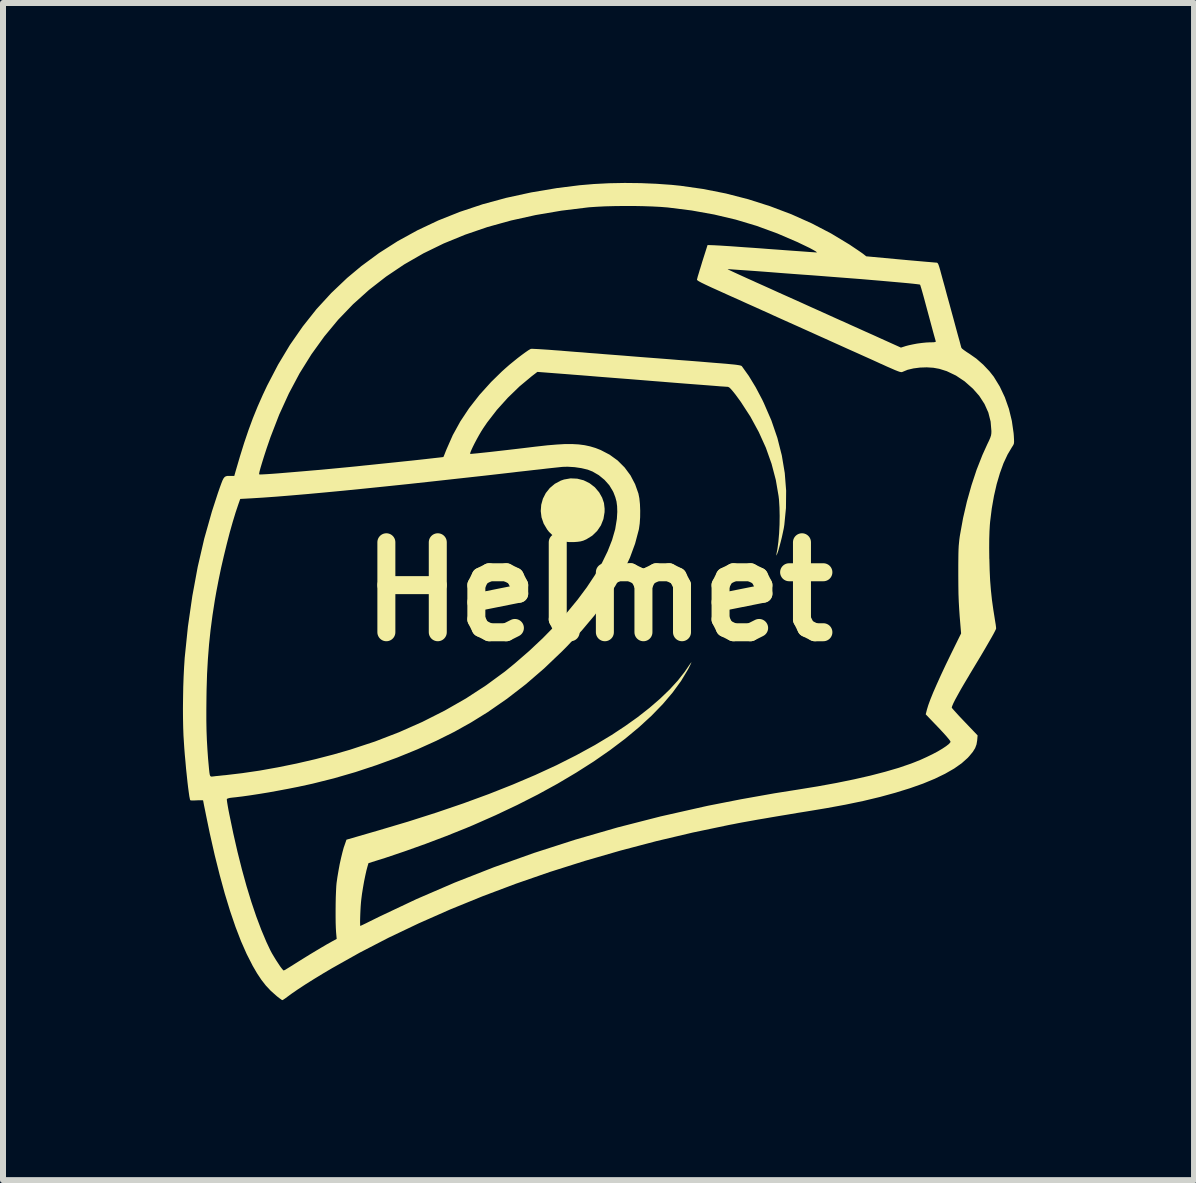
<source format=kicad_pcb>
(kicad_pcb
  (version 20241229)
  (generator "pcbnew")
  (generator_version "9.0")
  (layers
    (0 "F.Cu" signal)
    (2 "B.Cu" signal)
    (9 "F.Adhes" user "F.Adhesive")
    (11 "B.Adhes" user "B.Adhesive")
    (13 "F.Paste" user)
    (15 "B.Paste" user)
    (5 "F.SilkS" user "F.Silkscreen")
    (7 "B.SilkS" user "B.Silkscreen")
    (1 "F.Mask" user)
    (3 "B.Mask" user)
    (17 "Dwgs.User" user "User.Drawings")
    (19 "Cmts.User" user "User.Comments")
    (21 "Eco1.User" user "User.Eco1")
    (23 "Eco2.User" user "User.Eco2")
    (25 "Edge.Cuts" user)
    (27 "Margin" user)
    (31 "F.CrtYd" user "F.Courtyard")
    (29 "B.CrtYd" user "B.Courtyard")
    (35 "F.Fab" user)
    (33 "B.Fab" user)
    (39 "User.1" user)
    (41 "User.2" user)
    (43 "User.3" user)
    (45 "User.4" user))
  (footprint "Helmet"
    (layer "F.Cu")
    (at 6.927 6.812)
    (property "Reference" "Helmet" (at 0 0 0) (layer "F.SilkS") (effects (font (size 1.5 1.5) (thickness 0.3))))
    (attr board_only exclude_from_pos_files exclude_from_bom)
    (fp_poly (pts (xy -0.354 -1.882) (xy -0.247 -1.855) (xy -0.148 -1.806) (xy -0.06 -1.738) (xy 0.012 -1.653) (xy 0.062 -1.564) (xy 0.092 -1.476) (xy 0.103 -1.38) (xy 0.102 -1.323) (xy 0.083 -1.209) (xy 0.041 -1.103) (xy -0.022 -1.01) (xy -0.104 -0.931) (xy -0.203 -0.87) (xy -0.206 -0.869) (xy -0.254 -0.848) (xy -0.299 -0.836) (xy -0.35 -0.829) (xy -0.408 -0.825) (xy -0.489 -0.825) (xy -0.552 -0.831) (xy -0.58 -0.838) (xy -0.676 -0.877) (xy -0.755 -0.928) (xy -0.824 -0.995) (xy -0.854 -1.033) (xy -0.913 -1.132) (xy -0.949 -1.236) (xy -0.962 -1.342) (xy -0.954 -1.447) (xy -0.926 -1.548) (xy -0.878 -1.642) (xy -0.811 -1.726) (xy -0.728 -1.796) (xy -0.629 -1.849) (xy -0.574 -1.868) (xy -0.465 -1.887)) (stroke (width 0) (type solid)) (fill yes) (layer "F.SilkS"))
    (fp_poly (pts (xy 0.705 -6.809) (xy 0.968 -6.798) (xy 1.222 -6.78) (xy 1.368 -6.765) (xy 1.748 -6.711) (xy 2.126 -6.636) (xy 2.498 -6.54) (xy 2.862 -6.424) (xy 3.216 -6.29) (xy 3.556 -6.138) (xy 3.88 -5.969) (xy 4.185 -5.785) (xy 4.21 -5.768) (xy 4.271 -5.727) (xy 4.329 -5.688) (xy 4.377 -5.655) (xy 4.411 -5.631) (xy 4.417 -5.626) (xy 4.464 -5.589) (xy 5.035 -5.536) (xy 5.155 -5.525) (xy 5.268 -5.515) (xy 5.37 -5.506) (xy 5.46 -5.498) (xy 5.534 -5.492) (xy 5.59 -5.487) (xy 5.625 -5.484) (xy 5.634 -5.484) (xy 5.647 -5.481) (xy 5.658 -5.471) (xy 5.669 -5.449) (xy 5.682 -5.411) (xy 5.699 -5.353) (xy 5.703 -5.337) (xy 5.738 -5.208) (xy 5.775 -5.075) (xy 5.811 -4.94) (xy 5.848 -4.807) (xy 5.883 -4.678) (xy 5.917 -4.554) (xy 5.948 -4.439) (xy 5.976 -4.335) (xy 6.001 -4.244) (xy 6.022 -4.169) (xy 6.037 -4.112) (xy 6.047 -4.076) (xy 6.051 -4.063) (xy 6.064 -4.048) (xy 6.095 -4.024) (xy 6.139 -3.993) (xy 6.183 -3.965) (xy 6.3 -3.883) (xy 6.415 -3.782) (xy 6.519 -3.672) (xy 6.59 -3.582) (xy 6.69 -3.419) (xy 6.775 -3.239) (xy 6.843 -3.046) (xy 6.892 -2.845) (xy 6.921 -2.642) (xy 6.925 -2.594) (xy 6.928 -2.535) (xy 6.929 -2.495) (xy 6.926 -2.467) (xy 6.917 -2.444) (xy 6.902 -2.42) (xy 6.894 -2.408) (xy 6.821 -2.285) (xy 6.753 -2.14) (xy 6.693 -1.974) (xy 6.639 -1.791) (xy 6.594 -1.594) (xy 6.557 -1.384) (xy 6.53 -1.166) (xy 6.525 -1.109) (xy 6.519 -1.005) (xy 6.515 -0.876) (xy 6.514 -0.723) (xy 6.516 -0.548) (xy 6.517 -0.543) (xy 6.522 -0.353) (xy 6.53 -0.182) (xy 6.543 -0.021) (xy 6.56 0.138) (xy 6.583 0.302) (xy 6.604 0.434) (xy 6.614 0.497) (xy 6.623 0.552) (xy 6.628 0.593) (xy 6.63 0.614) (xy 6.625 0.63) (xy 6.61 0.661) (xy 6.585 0.709) (xy 6.549 0.773) (xy 6.501 0.856) (xy 6.442 0.958) (xy 6.37 1.08) (xy 6.285 1.221) (xy 6.187 1.384) (xy 6.174 1.407) (xy 6.104 1.524) (xy 6.042 1.63) (xy 5.99 1.724) (xy 5.947 1.802) (xy 5.916 1.864) (xy 5.897 1.909) (xy 5.89 1.933) (xy 5.89 1.935) (xy 5.9 1.949) (xy 5.925 1.978) (xy 5.964 2.021) (xy 6.012 2.074) (xy 6.069 2.134) (xy 6.108 2.175) (xy 6.321 2.398) (xy 6.314 2.481) (xy 6.303 2.548) (xy 6.28 2.61) (xy 6.241 2.673) (xy 6.183 2.743) (xy 6.156 2.773) (xy 6.055 2.863) (xy 5.93 2.951) (xy 5.78 3.037) (xy 5.607 3.121) (xy 5.411 3.202) (xy 5.193 3.279) (xy 4.954 3.353) (xy 4.695 3.424) (xy 4.416 3.491) (xy 4.118 3.553) (xy 3.802 3.611) (xy 3.712 3.626) (xy 3.502 3.661) (xy 3.315 3.691) (xy 3.15 3.719) (xy 3.004 3.743) (xy 2.874 3.765) (xy 2.759 3.785) (xy 2.657 3.802) (xy 2.564 3.819) (xy 2.48 3.834) (xy 2.401 3.848) (xy 2.326 3.862) (xy 2.252 3.877) (xy 2.182 3.89) (xy 1.571 4.018) (xy 0.965 4.161) (xy 0.365 4.319) (xy -0.226 4.49) (xy -0.808 4.674) (xy -1.377 4.871) (xy -1.932 5.08) (xy -2.472 5.3) (xy -2.995 5.531) (xy -3.499 5.771) (xy -3.982 6.021) (xy -4.443 6.28) (xy -4.577 6.359) (xy -4.738 6.457) (xy -4.883 6.548) (xy -5.008 6.63) (xy -5.114 6.703) (xy -5.186 6.756) (xy -5.224 6.784) (xy -5.254 6.804) (xy -5.271 6.812) (xy -5.271 6.812) (xy -5.285 6.804) (xy -5.314 6.783) (xy -5.353 6.753) (xy -5.373 6.736) (xy -5.463 6.656) (xy -5.543 6.571) (xy -5.618 6.475) (xy -5.692 6.364) (xy -5.768 6.233) (xy -5.769 6.23) (xy -5.865 6.042) (xy -5.959 5.829) (xy -6.051 5.59) (xy -6.141 5.326) (xy -6.229 5.038) (xy -6.314 4.727) (xy -6.398 4.392) (xy -6.479 4.034) (xy -6.525 3.812) (xy -6.543 3.724) (xy -6.559 3.644) (xy -6.573 3.577) (xy -6.583 3.525) (xy -6.589 3.492) (xy -6.591 3.482) (xy -6.603 3.479) (xy -6.635 3.479) (xy -6.68 3.48) (xy -6.695 3.481) (xy -6.745 3.483) (xy -6.783 3.483) (xy -6.804 3.479) (xy -6.806 3.478) (xy -6.812 3.458) (xy -6.195 3.458) (xy -6.195 3.475) (xy -6.19 3.514) (xy -6.181 3.569) (xy -6.169 3.637) (xy -6.154 3.713) (xy -6.154 3.713) (xy -6.088 4.031) (xy -6.018 4.338) (xy -5.944 4.632) (xy -5.867 4.911) (xy -5.787 5.173) (xy -5.705 5.416) (xy -5.621 5.639) (xy -5.537 5.839) (xy -5.471 5.979) (xy -5.444 6.03) (xy -5.41 6.087) (xy -5.374 6.146) (xy -5.337 6.202) (xy -5.304 6.252) (xy -5.275 6.29) (xy -5.255 6.313) (xy -5.248 6.317) (xy -5.232 6.311) (xy -5.2 6.292) (xy -5.154 6.264) (xy -5.099 6.23) (xy -5.076 6.215) (xy -4.998 6.166) (xy -4.908 6.11) (xy -4.811 6.05) (xy -4.713 5.991) (xy -4.619 5.935) (xy -4.534 5.885) (xy -4.464 5.846) (xy -4.445 5.835) (xy -4.364 5.791) (xy -4.374 5.68) (xy -4.378 5.61) (xy -4.381 5.522) (xy -4.382 5.42) (xy -4.382 5.312) (xy -4.381 5.201) (xy -4.379 5.094) (xy -4.375 4.997) (xy -4.371 4.915) (xy -4.366 4.859) (xy -4.352 4.761) (xy -4.334 4.654) (xy -4.314 4.545) (xy -4.291 4.441) (xy -4.268 4.347) (xy -4.247 4.269) (xy -4.237 4.241) (xy -4.201 4.137) (xy -3.67 3.983) (xy -3.172 3.835) (xy -2.699 3.684) (xy -2.251 3.531) (xy -1.828 3.376) (xy -1.429 3.218) (xy -1.053 3.058) (xy -0.699 2.895) (xy -0.368 2.728) (xy -0.059 2.559) (xy 0.217 2.393) (xy 0.443 2.244) (xy 0.655 2.093) (xy 0.851 1.939) (xy 1.028 1.786) (xy 1.187 1.633) (xy 1.324 1.483) (xy 1.438 1.338) (xy 1.474 1.285) (xy 1.505 1.239) (xy 1.53 1.204) (xy 1.545 1.184) (xy 1.55 1.181) (xy 1.544 1.196) (xy 1.528 1.229) (xy 1.506 1.274) (xy 1.491 1.302) (xy 1.377 1.491) (xy 1.237 1.683) (xy 1.074 1.875) (xy 0.887 2.068) (xy 0.677 2.261) (xy 0.446 2.453) (xy 0.193 2.644) (xy -0.079 2.833) (xy -0.371 3.019) (xy -0.681 3.203) (xy -1.009 3.383) (xy -1.354 3.558) (xy -1.715 3.729) (xy -2.091 3.895) (xy -2.213 3.946) (xy -2.545 4.079) (xy -2.886 4.208) (xy -3.228 4.33) (xy -3.56 4.442) (xy -3.672 4.477) (xy -3.834 4.528) (xy -3.851 4.586) (xy -3.869 4.653) (xy -3.888 4.739) (xy -3.908 4.837) (xy -3.926 4.94) (xy -3.942 5.04) (xy -3.953 5.126) (xy -3.959 5.183) (xy -3.964 5.248) (xy -3.968 5.319) (xy -3.971 5.389) (xy -3.973 5.454) (xy -3.974 5.51) (xy -3.973 5.551) (xy -3.971 5.573) (xy -3.969 5.575) (xy -3.957 5.569) (xy -3.925 5.554) (xy -3.875 5.53) (xy -3.811 5.498) (xy -3.736 5.461) (xy -3.653 5.42) (xy -3.647 5.417) (xy -3.031 5.126) (xy -2.396 4.852) (xy -1.743 4.596) (xy -1.072 4.357) (xy -0.385 4.136) (xy 0.317 3.933) (xy 1.035 3.749) (xy 1.766 3.584) (xy 1.83 3.57) (xy 2.375 3.463) (xy 2.931 3.364) (xy 3.322 3.302) (xy 3.654 3.248) (xy 3.967 3.191) (xy 4.26 3.131) (xy 4.532 3.069) (xy 4.782 3.004) (xy 5.008 2.938) (xy 5.209 2.869) (xy 5.266 2.847) (xy 5.37 2.805) (xy 5.471 2.759) (xy 5.568 2.712) (xy 5.657 2.665) (xy 5.734 2.619) (xy 5.797 2.577) (xy 5.843 2.541) (xy 5.868 2.511) (xy 5.87 2.507) (xy 5.864 2.491) (xy 5.839 2.458) (xy 5.798 2.409) (xy 5.741 2.346) (xy 5.669 2.269) (xy 5.667 2.267) (xy 5.456 2.047) (xy 5.477 1.965) (xy 5.499 1.893) (xy 5.533 1.8) (xy 5.579 1.686) (xy 5.638 1.551) (xy 5.707 1.398) (xy 5.787 1.227) (xy 5.878 1.039) (xy 5.937 0.919) (xy 6.046 0.698) (xy 6.022 0.411) (xy 6.014 0.292) (xy 6.007 0.17) (xy 6.002 0.039) (xy 6 -0.106) (xy 5.999 -0.27) (xy 5.999 -0.319) (xy 5.999 -0.444) (xy 6 -0.546) (xy 6.001 -0.63) (xy 6.003 -0.7) (xy 6.006 -0.759) (xy 6.011 -0.812) (xy 6.016 -0.863) (xy 6.023 -0.915) (xy 6.029 -0.951) (xy 6.079 -1.226) (xy 6.143 -1.502) (xy 6.219 -1.772) (xy 6.305 -2.032) (xy 6.401 -2.276) (xy 6.482 -2.455) (xy 6.513 -2.519) (xy 6.533 -2.567) (xy 6.545 -2.604) (xy 6.55 -2.638) (xy 6.551 -2.675) (xy 6.551 -2.677) (xy 6.538 -2.834) (xy 6.5 -2.984) (xy 6.436 -3.127) (xy 6.348 -3.263) (xy 6.242 -3.383) (xy 6.104 -3.505) (xy 5.96 -3.601) (xy 5.807 -3.674) (xy 5.683 -3.713) (xy 5.583 -3.731) (xy 5.473 -3.738) (xy 5.36 -3.734) (xy 5.252 -3.72) (xy 5.154 -3.697) (xy 5.081 -3.667) (xy 5.069 -3.662) (xy 5.056 -3.658) (xy 5.041 -3.659) (xy 5.019 -3.664) (xy 4.988 -3.675) (xy 4.945 -3.692) (xy 4.888 -3.717) (xy 4.812 -3.75) (xy 4.716 -3.794) (xy 4.712 -3.795) (xy 4.634 -3.831) (xy 4.537 -3.875) (xy 4.423 -3.926) (xy 4.297 -3.983) (xy 4.162 -4.043) (xy 4.023 -4.106) (xy 3.883 -4.169) (xy 3.746 -4.231) (xy 3.725 -4.24) (xy 3.588 -4.302) (xy 3.446 -4.366) (xy 3.304 -4.43) (xy 3.165 -4.492) (xy 3.034 -4.551) (xy 2.914 -4.605) (xy 2.81 -4.653) (xy 2.724 -4.691) (xy 2.716 -4.695) (xy 2.603 -4.746) (xy 2.475 -4.803) (xy 2.339 -4.865) (xy 2.204 -4.925) (xy 2.078 -4.982) (xy 2.003 -5.016) (xy 1.883 -5.07) (xy 1.787 -5.115) (xy 1.715 -5.15) (xy 1.668 -5.176) (xy 1.645 -5.193) (xy 1.642 -5.197) (xy 1.646 -5.215) (xy 1.656 -5.254) (xy 1.673 -5.309) (xy 1.692 -5.374) (xy 2.153 -5.374) (xy 2.163 -5.368) (xy 2.195 -5.353) (xy 2.246 -5.329) (xy 2.313 -5.298) (xy 2.394 -5.261) (xy 2.486 -5.219) (xy 2.587 -5.174) (xy 2.621 -5.158) (xy 2.744 -5.103) (xy 2.875 -5.044) (xy 3.009 -4.983) (xy 3.141 -4.924) (xy 3.264 -4.869) (xy 3.373 -4.82) (xy 3.439 -4.79) (xy 3.549 -4.74) (xy 3.672 -4.685) (xy 3.8 -4.627) (xy 3.924 -4.571) (xy 4.037 -4.52) (xy 4.097 -4.494) (xy 4.204 -4.445) (xy 4.327 -4.39) (xy 4.455 -4.332) (xy 4.581 -4.276) (xy 4.695 -4.224) (xy 4.726 -4.21) (xy 5.043 -4.067) (xy 5.124 -4.093) (xy 5.174 -4.106) (xy 5.239 -4.12) (xy 5.307 -4.133) (xy 5.327 -4.136) (xy 5.395 -4.145) (xy 5.465 -4.152) (xy 5.526 -4.155) (xy 5.541 -4.155) (xy 5.59 -4.156) (xy 5.617 -4.161) (xy 5.624 -4.169) (xy 5.624 -4.171) (xy 5.619 -4.188) (xy 5.608 -4.226) (xy 5.592 -4.283) (xy 5.573 -4.353) (xy 5.551 -4.435) (xy 5.53 -4.513) (xy 5.492 -4.654) (xy 5.46 -4.772) (xy 5.434 -4.869) (xy 5.413 -4.946) (xy 5.396 -5.006) (xy 5.383 -5.051) (xy 5.373 -5.083) (xy 5.367 -5.103) (xy 5.362 -5.114) (xy 5.36 -5.117) (xy 5.345 -5.12) (xy 5.307 -5.125) (xy 5.246 -5.132) (xy 5.167 -5.14) (xy 5.07 -5.149) (xy 4.958 -5.159) (xy 4.834 -5.17) (xy 4.698 -5.182) (xy 4.555 -5.194) (xy 4.405 -5.207) (xy 4.251 -5.219) (xy 4.096 -5.231) (xy 3.94 -5.243) (xy 3.862 -5.249) (xy 3.724 -5.26) (xy 3.567 -5.272) (xy 3.397 -5.284) (xy 3.223 -5.297) (xy 3.05 -5.31) (xy 2.886 -5.323) (xy 2.742 -5.334) (xy 2.621 -5.343) (xy 2.509 -5.351) (xy 2.407 -5.358) (xy 2.319 -5.364) (xy 2.247 -5.369) (xy 2.193 -5.373) (xy 2.161 -5.374) (xy 2.153 -5.374) (xy 1.692 -5.374) (xy 1.694 -5.378) (xy 1.718 -5.457) (xy 1.73 -5.497) (xy 1.819 -5.777) (xy 1.935 -5.773) (xy 1.969 -5.771) (xy 2.027 -5.768) (xy 2.105 -5.763) (xy 2.201 -5.757) (xy 2.312 -5.749) (xy 2.435 -5.74) (xy 2.569 -5.731) (xy 2.709 -5.721) (xy 2.836 -5.711) (xy 2.977 -5.701) (xy 3.11 -5.691) (xy 3.233 -5.682) (xy 3.345 -5.674) (xy 3.441 -5.667) (xy 3.521 -5.661) (xy 3.582 -5.657) (xy 3.622 -5.654) (xy 3.637 -5.653) (xy 3.637 -5.653) (xy 3.64 -5.658) (xy 3.62 -5.673) (xy 3.58 -5.696) (xy 3.521 -5.728) (xy 3.444 -5.765) (xy 3.352 -5.809) (xy 3.322 -5.824) (xy 2.982 -5.97) (xy 2.638 -6.096) (xy 2.288 -6.201) (xy 1.928 -6.286) (xy 1.555 -6.353) (xy 1.165 -6.402) (xy 1.146 -6.404) (xy 1.031 -6.413) (xy 0.895 -6.42) (xy 0.745 -6.425) (xy 0.586 -6.428) (xy 0.423 -6.428) (xy 0.263 -6.426) (xy 0.11 -6.422) (xy -0.028 -6.415) (xy -0.148 -6.407) (xy -0.169 -6.405) (xy -0.617 -6.35) (xy -1.046 -6.277) (xy -1.457 -6.186) (xy -1.85 -6.077) (xy -2.224 -5.949) (xy -2.58 -5.803) (xy -2.918 -5.638) (xy -3.238 -5.454) (xy -3.54 -5.251) (xy -3.824 -5.03) (xy -4.091 -4.79) (xy -4.34 -4.531) (xy -4.571 -4.252) (xy -4.785 -3.955) (xy -4.982 -3.639) (xy -5.161 -3.303) (xy -5.323 -2.948) (xy -5.468 -2.573) (xy -5.533 -2.384) (xy -5.576 -2.252) (xy -5.609 -2.145) (xy -5.634 -2.062) (xy -5.65 -2.002) (xy -5.657 -1.966) (xy -5.656 -1.953) (xy -5.655 -1.953) (xy -5.631 -1.952) (xy -5.582 -1.954) (xy -5.513 -1.958) (xy -5.424 -1.964) (xy -5.319 -1.972) (xy -5.199 -1.982) (xy -5.067 -1.993) (xy -4.925 -2.005) (xy -4.776 -2.018) (xy -4.622 -2.031) (xy -4.464 -2.046) (xy -4.307 -2.061) (xy -4.15 -2.076) (xy -4.141 -2.077) (xy -4.029 -2.088) (xy -3.907 -2.101) (xy -3.778 -2.114) (xy -3.645 -2.128) (xy -3.509 -2.142) (xy -3.374 -2.156) (xy -3.242 -2.17) (xy -3.115 -2.183) (xy -2.996 -2.196) (xy -2.887 -2.208) (xy -2.791 -2.219) (xy -2.711 -2.228) (xy -2.648 -2.235) (xy -2.606 -2.24) (xy -2.586 -2.243) (xy -2.585 -2.244) (xy -2.579 -2.256) (xy -2.566 -2.288) (xy -2.548 -2.334) (xy -2.533 -2.371) (xy -2.429 -2.607) (xy -2.303 -2.836) (xy -2.155 -3.059) (xy -1.984 -3.278) (xy -1.789 -3.494) (xy -1.609 -3.67) (xy -1.55 -3.723) (xy -1.485 -3.78) (xy -1.415 -3.837) (xy -1.346 -3.893) (xy -1.279 -3.944) (xy -1.22 -3.987) (xy -1.171 -4.021) (xy -1.137 -4.041) (xy -1.125 -4.046) (xy -1.106 -4.047) (xy -1.064 -4.045) (xy -1.002 -4.042) (xy -0.924 -4.037) (xy -0.831 -4.031) (xy -0.728 -4.023) (xy -0.616 -4.015) (xy -0.597 -4.013) (xy -0.487 -4.004) (xy -0.376 -3.995) (xy -0.264 -3.987) (xy -0.148 -3.977) (xy -0.025 -3.968) (xy 0.107 -3.957) (xy 0.25 -3.946) (xy 0.406 -3.934) (xy 0.577 -3.92) (xy 0.767 -3.905) (xy 0.977 -3.889) (xy 1.209 -3.871) (xy 1.329 -3.861) (xy 1.518 -3.847) (xy 1.683 -3.834) (xy 1.825 -3.822) (xy 1.946 -3.812) (xy 2.049 -3.804) (xy 2.134 -3.797) (xy 2.203 -3.79) (xy 2.258 -3.785) (xy 2.3 -3.78) (xy 2.332 -3.775) (xy 2.355 -3.771) (xy 2.371 -3.767) (xy 2.382 -3.763) (xy 2.388 -3.759) (xy 2.392 -3.755) (xy 2.507 -3.594) (xy 2.62 -3.408) (xy 2.731 -3.198) (xy 2.757 -3.143) (xy 2.883 -2.853) (xy 2.983 -2.561) (xy 3.057 -2.269) (xy 3.106 -1.976) (xy 3.129 -1.683) (xy 3.126 -1.391) (xy 3.099 -1.114) (xy 3.09 -1.056) (xy 3.075 -0.985) (xy 3.058 -0.907) (xy 3.038 -0.827) (xy 3.018 -0.752) (xy 3 -0.687) (xy 2.984 -0.64) (xy 2.977 -0.624) (xy 2.966 -0.603) (xy 2.963 -0.602) (xy 2.964 -0.607) (xy 2.984 -0.711) (xy 3 -0.834) (xy 3.012 -0.971) (xy 3.019 -1.115) (xy 3.021 -1.261) (xy 3.018 -1.401) (xy 3.01 -1.532) (xy 3.003 -1.591) (xy 2.957 -1.86) (xy 2.886 -2.13) (xy 2.791 -2.398) (xy 2.672 -2.661) (xy 2.532 -2.918) (xy 2.37 -3.167) (xy 2.283 -3.286) (xy 2.237 -3.343) (xy 2.204 -3.381) (xy 2.179 -3.404) (xy 2.16 -3.412) (xy 2.155 -3.413) (xy 2.138 -3.414) (xy 2.096 -3.417) (xy 2.033 -3.421) (xy 1.949 -3.428) (xy 1.848 -3.436) (xy 1.731 -3.445) (xy 1.6 -3.455) (xy 1.457 -3.466) (xy 1.304 -3.478) (xy 1.143 -3.491) (xy 1.072 -3.497) (xy 0.893 -3.511) (xy 0.709 -3.526) (xy 0.524 -3.541) (xy 0.342 -3.555) (xy 0.165 -3.569) (xy -0.002 -3.582) (xy -0.157 -3.595) (xy -0.295 -3.606) (xy -0.414 -3.615) (xy -0.499 -3.622) (xy -1.018 -3.662) (xy -1.112 -3.59) (xy -1.316 -3.42) (xy -1.511 -3.231) (xy -1.693 -3.029) (xy -1.856 -2.818) (xy -1.919 -2.726) (xy -1.955 -2.669) (xy -1.992 -2.606) (xy -2.029 -2.539) (xy -2.064 -2.473) (xy -2.094 -2.413) (xy -2.118 -2.361) (xy -2.134 -2.322) (xy -2.14 -2.299) (xy -2.138 -2.295) (xy -2.121 -2.295) (xy -2.08 -2.299) (xy -2.016 -2.305) (xy -1.931 -2.314) (xy -1.826 -2.325) (xy -1.703 -2.339) (xy -1.563 -2.355) (xy -1.407 -2.373) (xy -1.238 -2.393) (xy -1.056 -2.415) (xy -1.029 -2.418) (xy -0.851 -2.438) (xy -0.695 -2.451) (xy -0.558 -2.459) (xy -0.437 -2.459) (xy -0.329 -2.453) (xy -0.23 -2.44) (xy -0.138 -2.42) (xy -0.048 -2.393) (xy 0.038 -2.359) (xy 0.186 -2.282) (xy 0.32 -2.185) (xy 0.436 -2.069) (xy 0.534 -1.937) (xy 0.611 -1.79) (xy 0.666 -1.635) (xy 0.682 -1.555) (xy 0.692 -1.457) (xy 0.696 -1.349) (xy 0.695 -1.239) (xy 0.688 -1.134) (xy 0.675 -1.042) (xy 0.672 -1.029) (xy 0.611 -0.799) (xy 0.525 -0.565) (xy 0.415 -0.329) (xy 0.279 -0.09) (xy 0.119 0.153) (xy -0.067 0.399) (xy -0.278 0.65) (xy -0.515 0.904) (xy -0.606 0.996) (xy -0.907 1.283) (xy -1.212 1.546) (xy -1.524 1.787) (xy -1.847 2.011) (xy -2.123 2.182) (xy -2.402 2.338) (xy -2.703 2.488) (xy -3.022 2.632) (xy -3.356 2.768) (xy -3.701 2.894) (xy -4.052 3.01) (xy -4.407 3.113) (xy -4.762 3.202) (xy -4.852 3.222) (xy -5.005 3.255) (xy -5.166 3.287) (xy -5.331 3.318) (xy -5.495 3.348) (xy -5.654 3.374) (xy -5.803 3.397) (xy -5.938 3.416) (xy -6.054 3.43) (xy -6.094 3.434) (xy -6.143 3.44) (xy -6.178 3.449) (xy -6.195 3.458) (xy -6.195 3.458) (xy -6.812 3.458) (xy -6.812 3.456) (xy -6.821 3.411) (xy -6.83 3.347) (xy -6.841 3.265) (xy -6.852 3.171) (xy -6.863 3.066) (xy -6.875 2.954) (xy -6.885 2.838) (xy -6.896 2.721) (xy -6.905 2.606) (xy -6.912 2.496) (xy -6.918 2.403) (xy -6.923 2.267) (xy -6.926 2.112) (xy -6.927 1.969) (xy -6.537 1.969) (xy -6.537 2.152) (xy -6.534 2.32) (xy -6.528 2.479) (xy -6.519 2.633) (xy -6.508 2.788) (xy -6.499 2.885) (xy -6.492 2.962) (xy -6.486 3.017) (xy -6.48 3.053) (xy -6.472 3.074) (xy -6.461 3.083) (xy -6.445 3.085) (xy -6.423 3.082) (xy -6.418 3.082) (xy -6.382 3.077) (xy -6.328 3.072) (xy -6.265 3.065) (xy -6.22 3.061) (xy -5.942 3.028) (xy -5.648 2.985) (xy -5.342 2.93) (xy -5.032 2.867) (xy -4.721 2.795) (xy -4.416 2.716) (xy -4.142 2.637) (xy -3.726 2.5) (xy -3.324 2.345) (xy -2.936 2.173) (xy -2.564 1.985) (xy -2.209 1.782) (xy -1.874 1.564) (xy -1.559 1.333) (xy -1.394 1.198) (xy -1.151 0.987) (xy -0.925 0.774) (xy -0.716 0.561) (xy -0.523 0.348) (xy -0.349 0.137) (xy -0.194 -0.071) (xy -0.058 -0.276) (xy 0.058 -0.476) (xy 0.153 -0.671) (xy 0.227 -0.859) (xy 0.279 -1.039) (xy 0.307 -1.211) (xy 0.314 -1.329) (xy 0.311 -1.423) (xy 0.301 -1.501) (xy 0.281 -1.574) (xy 0.251 -1.652) (xy 0.24 -1.674) (xy 0.181 -1.772) (xy 0.101 -1.862) (xy 0.006 -1.94) (xy -0.099 -2.001) (xy -0.178 -2.032) (xy -0.283 -2.057) (xy -0.398 -2.074) (xy -0.513 -2.081) (xy -0.592 -2.079) (xy -0.625 -2.076) (xy -0.681 -2.07) (xy -0.757 -2.062) (xy -0.85 -2.052) (xy -0.959 -2.039) (xy -1.079 -2.026) (xy -1.209 -2.011) (xy -1.345 -1.996) (xy -1.426 -1.986) (xy -1.89 -1.933) (xy -2.334 -1.884) (xy -2.759 -1.837) (xy -3.163 -1.793) (xy -3.546 -1.753) (xy -3.907 -1.716) (xy -4.247 -1.682) (xy -4.563 -1.652) (xy -4.857 -1.625) (xy -5.127 -1.602) (xy -5.373 -1.582) (xy -5.595 -1.566) (xy -5.791 -1.554) (xy -5.809 -1.553) (xy -5.972 -1.544) (xy -6.002 -1.459) (xy -6.049 -1.319) (xy -6.098 -1.158) (xy -6.148 -0.981) (xy -6.197 -0.791) (xy -6.245 -0.594) (xy -6.291 -0.395) (xy -6.332 -0.197) (xy -6.369 -0.005) (xy -6.395 0.142) (xy -6.435 0.4) (xy -6.467 0.644) (xy -6.492 0.883) (xy -6.511 1.124) (xy -6.525 1.372) (xy -6.533 1.636) (xy -6.535 1.766) (xy -6.537 1.969) (xy -6.927 1.969) (xy -6.927 1.943) (xy -6.925 1.767) (xy -6.922 1.591) (xy -6.916 1.42) (xy -6.908 1.262) (xy -6.899 1.123) (xy -6.898 1.107) (xy -6.844 0.583) (xy -6.771 0.077) (xy -6.681 -0.411) (xy -6.572 -0.882) (xy -6.444 -1.335) (xy -6.345 -1.64) (xy -6.313 -1.732) (xy -6.288 -1.801) (xy -6.268 -1.852) (xy -6.25 -1.887) (xy -6.232 -1.909) (xy -6.213 -1.921) (xy -6.19 -1.927) (xy -6.162 -1.928) (xy -6.148 -1.928) (xy -6.071 -1.928) (xy -6.05 -2.003) (xy -5.977 -2.252) (xy -5.906 -2.48) (xy -5.834 -2.692) (xy -5.76 -2.893) (xy -5.681 -3.087) (xy -5.596 -3.279) (xy -5.523 -3.434) (xy -5.341 -3.783) (xy -5.144 -4.111) (xy -4.93 -4.419) (xy -4.701 -4.708) (xy -4.454 -4.977) (xy -4.19 -5.228) (xy -3.953 -5.426) (xy -3.657 -5.644) (xy -3.345 -5.843) (xy -3.017 -6.023) (xy -2.672 -6.186) (xy -2.311 -6.33) (xy -1.933 -6.456) (xy -1.536 -6.564) (xy -1.122 -6.654) (xy -0.689 -6.727) (xy -0.313 -6.774) (xy -0.078 -6.794) (xy 0.174 -6.807) (xy 0.438 -6.812)) (stroke (width 0) (type solid)) (fill yes) (layer "F.SilkS")))
  (gr_rect
    (start -3 -3)
    (end 16.856 16.624)
    (stroke (width 0.1) (type default))
    (fill no)
    (layer "Edge.Cuts")))
</source>
